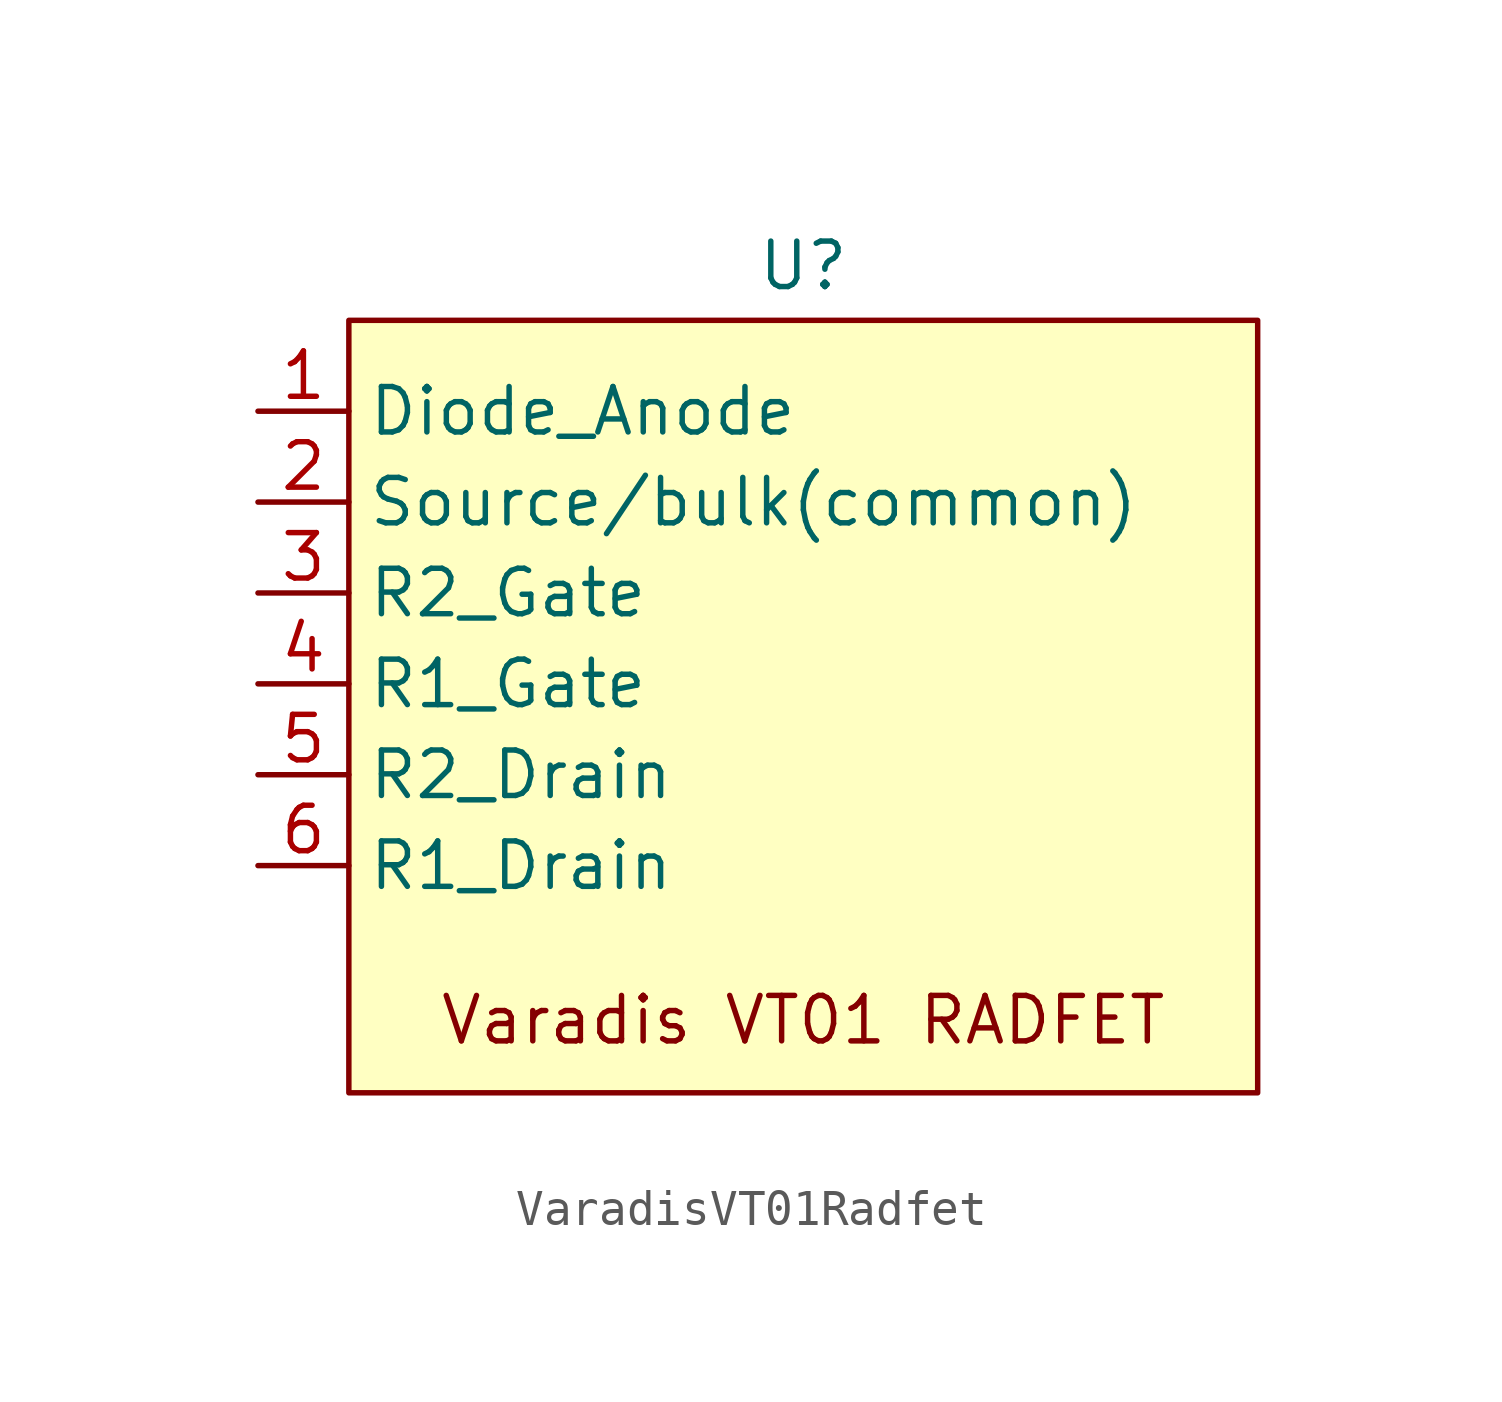
<source format=kicad_sym>
(kicad_symbol_lib
  (version 20241209)
  (generator "kicad_symbol_editor")
  (generator_version "9.0")
  (symbol "VaradisVT01Radfet"
    (property "Reference" "U"
      (at 0 4.064 0)
      (effects (font (size 1.27 1.27))))
    (property "Value" ""
      (at 0 0 0)
      (effects (font (size 1.27 1.27))))
    (symbol "VaradisVT01Radfet_1_1"
      (rectangle (start -12.7 2.54) (end 12.7 -19.05) (stroke (width 0) (type solid)) (fill (type background)))
      (text "Varadis VT01 RADFET" (at 0 -17.018 0) (effects (font (size 1.27 1.27))))
      (pin input line (at -15.24 0 0) (length 2.54) (name "Diode_Anode" (effects (font (size 1.27 1.27)))) (number "1" (effects (font (size 1.27 1.27)))))
      (pin input line (at -15.24 -2.54 0) (length 2.54) (name "Source/bulk(common)" (effects (font (size 1.27 1.27)))) (number "2" (effects (font (size 1.27 1.27)))))
      (pin input line (at -15.24 -5.08 0) (length 2.54) (name "R2_Gate" (effects (font (size 1.27 1.27)))) (number "3" (effects (font (size 1.27 1.27)))))
      (pin input line (at -15.24 -7.62 0) (length 2.54) (name "R1_Gate" (effects (font (size 1.27 1.27)))) (number "4" (effects (font (size 1.27 1.27)))))
      (pin input line (at -15.24 -10.16 0) (length 2.54) (name "R2_Drain" (effects (font (size 1.27 1.27)))) (number "5" (effects (font (size 1.27 1.27)))))
      (pin input line (at -15.24 -12.7 0) (length 2.54) (name "R1_Drain" (effects (font (size 1.27 1.27)))) (number "6" (effects (font (size 1.27 1.27))))))))
</source>
